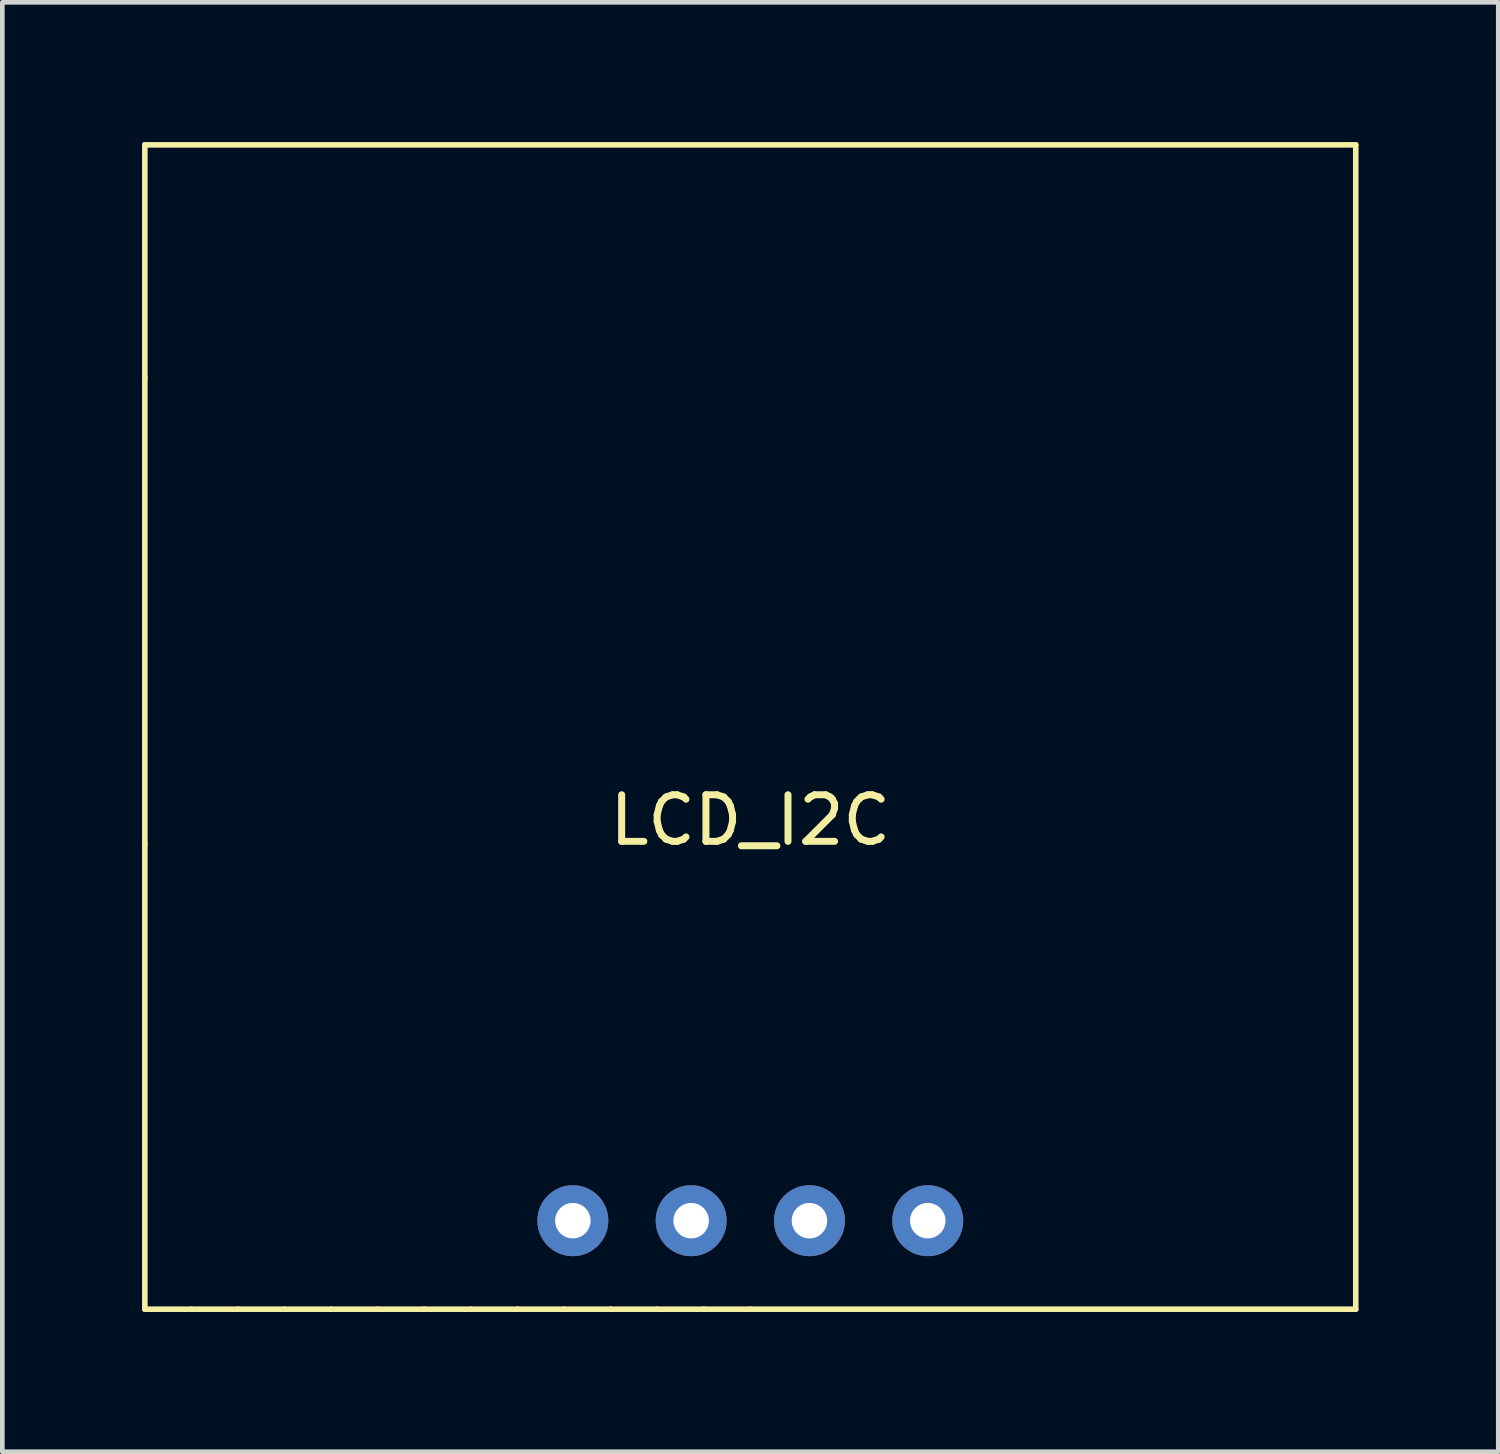
<source format=kicad_pcb>
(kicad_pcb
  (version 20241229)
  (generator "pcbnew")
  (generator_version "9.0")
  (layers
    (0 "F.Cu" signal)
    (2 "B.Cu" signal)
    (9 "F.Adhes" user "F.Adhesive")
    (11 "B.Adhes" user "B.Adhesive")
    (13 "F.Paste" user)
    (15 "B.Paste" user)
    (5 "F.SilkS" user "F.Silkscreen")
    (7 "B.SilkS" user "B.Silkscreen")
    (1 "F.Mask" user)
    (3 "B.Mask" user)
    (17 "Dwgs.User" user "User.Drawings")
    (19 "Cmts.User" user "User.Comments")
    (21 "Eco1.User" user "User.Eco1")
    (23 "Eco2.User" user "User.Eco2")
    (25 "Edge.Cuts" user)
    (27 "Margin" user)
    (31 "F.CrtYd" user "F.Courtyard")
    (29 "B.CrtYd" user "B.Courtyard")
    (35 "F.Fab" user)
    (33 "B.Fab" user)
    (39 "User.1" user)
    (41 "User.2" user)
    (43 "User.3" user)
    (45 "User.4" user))
  (footprint "LCD_I2C"
    (layer "F.Cu")
    (at 13.06 15.06)
    (property "Reference" "LCD_I2C" (at 0 -0.5 180) (layer "F.SilkS") (effects (font (size 1 1) (thickness 0.15))))
    (attr through_hole)
    (fp_line (start -13 -10) (end -13 -15) (stroke (width 0.12) (type solid)) (layer "F.SilkS"))
    (fp_line (start -13 0) (end -13 -10) (stroke (width 0.12) (type solid)) (layer "F.SilkS"))
    (fp_line (start -13 10) (end -13 0) (stroke (width 0.12) (type solid)) (layer "F.SilkS"))
    (fp_line (start -12 10) (end -13 10) (stroke (width 0.12) (type solid)) (layer "F.SilkS"))
    (fp_line (start -11 10) (end -12 10) (stroke (width 0.12) (type solid)) (layer "F.SilkS"))
    (fp_line (start -10 10) (end -11 10) (stroke (width 0.12) (type solid)) (layer "F.SilkS"))
    (fp_line (start -9 10) (end -10 10) (stroke (width 0.12) (type solid)) (layer "F.SilkS"))
    (fp_line (start -8 10) (end -9 10) (stroke (width 0.12) (type solid)) (layer "F.SilkS"))
    (fp_line (start -7 10) (end -8 10) (stroke (width 0.12) (type solid)) (layer "F.SilkS"))
    (fp_line (start -6 10) (end -7 10) (stroke (width 0.12) (type solid)) (layer "F.SilkS"))
    (fp_line (start -5 10) (end -6 10) (stroke (width 0.12) (type solid)) (layer "F.SilkS"))
    (fp_line (start -4 10) (end -5 10) (stroke (width 0.12) (type solid)) (layer "F.SilkS"))
    (fp_line (start -3 10) (end -4 10) (stroke (width 0.12) (type solid)) (layer "F.SilkS"))
    (fp_line (start -2 10) (end -3 10) (stroke (width 0.12) (type solid)) (layer "F.SilkS"))
    (fp_line (start -1 10) (end -2 10) (stroke (width 0.12) (type solid)) (layer "F.SilkS"))
    (fp_line (start 0 10) (end -1 10) (stroke (width 0.12) (type solid)) (layer "F.SilkS"))
    (fp_line (start 0 10) (end 13 10) (stroke (width 0.12) (type solid)) (layer "F.SilkS"))
    (fp_line (start 13 -15) (end -13 -15) (stroke (width 0.12) (type solid)) (layer "F.SilkS"))
    (fp_line (start 13 10) (end 13 -15) (stroke (width 0.12) (type solid)) (layer "F.SilkS"))
    (pad "1" thru_hole circle (at -3.81 8.1) (size 1.524 1.524) (drill 0.762) (layers "*.Cu" "*.Mask"))
    (pad "2" thru_hole circle (at -1.27 8.1) (size 1.524 1.524) (drill 0.762) (layers "*.Cu" "*.Mask"))
    (pad "3" thru_hole circle (at 1.27 8.1) (size 1.524 1.524) (drill 0.762) (layers "*.Cu" "*.Mask"))
    (pad "4" thru_hole circle (at 3.81 8.1) (size 1.524 1.524) (drill 0.762) (layers "*.Cu" "*.Mask")))
  (gr_rect
    (start -3 -3)
    (end 29.12 28.12)
    (stroke (width 0.1) (type default))
    (fill no)
    (layer "Edge.Cuts")))
</source>
